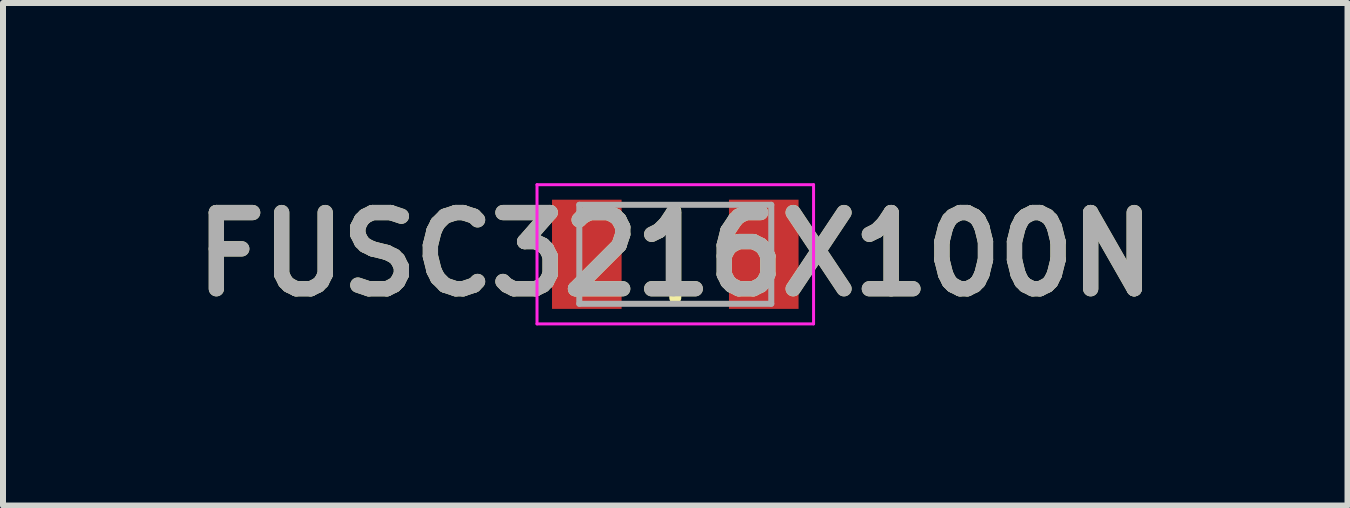
<source format=kicad_pcb>
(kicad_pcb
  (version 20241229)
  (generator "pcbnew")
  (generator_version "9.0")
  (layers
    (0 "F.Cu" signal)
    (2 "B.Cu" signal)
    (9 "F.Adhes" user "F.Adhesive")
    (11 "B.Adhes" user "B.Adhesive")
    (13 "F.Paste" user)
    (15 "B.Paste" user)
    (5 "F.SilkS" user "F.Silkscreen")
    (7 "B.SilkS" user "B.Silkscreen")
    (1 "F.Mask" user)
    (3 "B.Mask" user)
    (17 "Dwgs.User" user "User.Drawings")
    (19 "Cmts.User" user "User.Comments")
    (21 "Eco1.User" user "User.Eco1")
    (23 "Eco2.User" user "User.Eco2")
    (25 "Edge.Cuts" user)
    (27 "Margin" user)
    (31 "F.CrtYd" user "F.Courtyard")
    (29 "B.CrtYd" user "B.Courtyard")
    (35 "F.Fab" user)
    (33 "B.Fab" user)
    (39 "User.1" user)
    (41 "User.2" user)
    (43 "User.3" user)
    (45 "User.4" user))
  (footprint "FUSC3216X100N"
    (layer "F.Cu")
    (at 8.207 1.189)
    (property "Reference" "FUSC3216X100N" (at 0 0 0) (layer "F.SilkS") (effects (font (size 1.27 1.27) (thickness 0.254))))
    (attr smd)
    (fp_line (start 0 -0.725) (end 0 0.725) (stroke (width 0.2) (type solid)) (layer "F.SilkS"))
    (fp_line (start -2.305 -1.16) (end 2.305 -1.16) (stroke (width 0.05) (type solid)) (layer "F.CrtYd"))
    (fp_line (start -2.305 1.16) (end -2.305 -1.16) (stroke (width 0.05) (type solid)) (layer "F.CrtYd"))
    (fp_line (start 2.305 -1.16) (end 2.305 1.16) (stroke (width 0.05) (type solid)) (layer "F.CrtYd"))
    (fp_line (start 2.305 1.16) (end -2.305 1.16) (stroke (width 0.05) (type solid)) (layer "F.CrtYd"))
    (fp_line (start -1.6 -0.825) (end 1.6 -0.825) (stroke (width 0.1) (type solid)) (layer "F.Fab"))
    (fp_line (start -1.6 0.825) (end -1.6 -0.825) (stroke (width 0.1) (type solid)) (layer "F.Fab"))
    (fp_line (start 1.6 -0.825) (end 1.6 0.825) (stroke (width 0.1) (type solid)) (layer "F.Fab"))
    (fp_line (start 1.6 0.825) (end -1.6 0.825) (stroke (width 0.1) (type solid)) (layer "F.Fab"))
    (fp_text user "${REFERENCE}" (at 0 0 0) (layer "F.Fab") (effects (font (size 1.27 1.27) (thickness 0.254))))
    (pad "1" smd rect (at -1.475 0) (size 1.16 1.82) (layers "F.Cu" "F.Mask" "F.Paste"))
    (pad "2" smd rect (at 1.475 0) (size 1.16 1.82) (layers "F.Cu" "F.Mask" "F.Paste")))
  (gr_rect
    (start -3 -3)
    (end 19.413 5.377)
    (stroke (width 0.1) (type default))
    (fill no)
    (layer "Edge.Cuts")))
</source>
